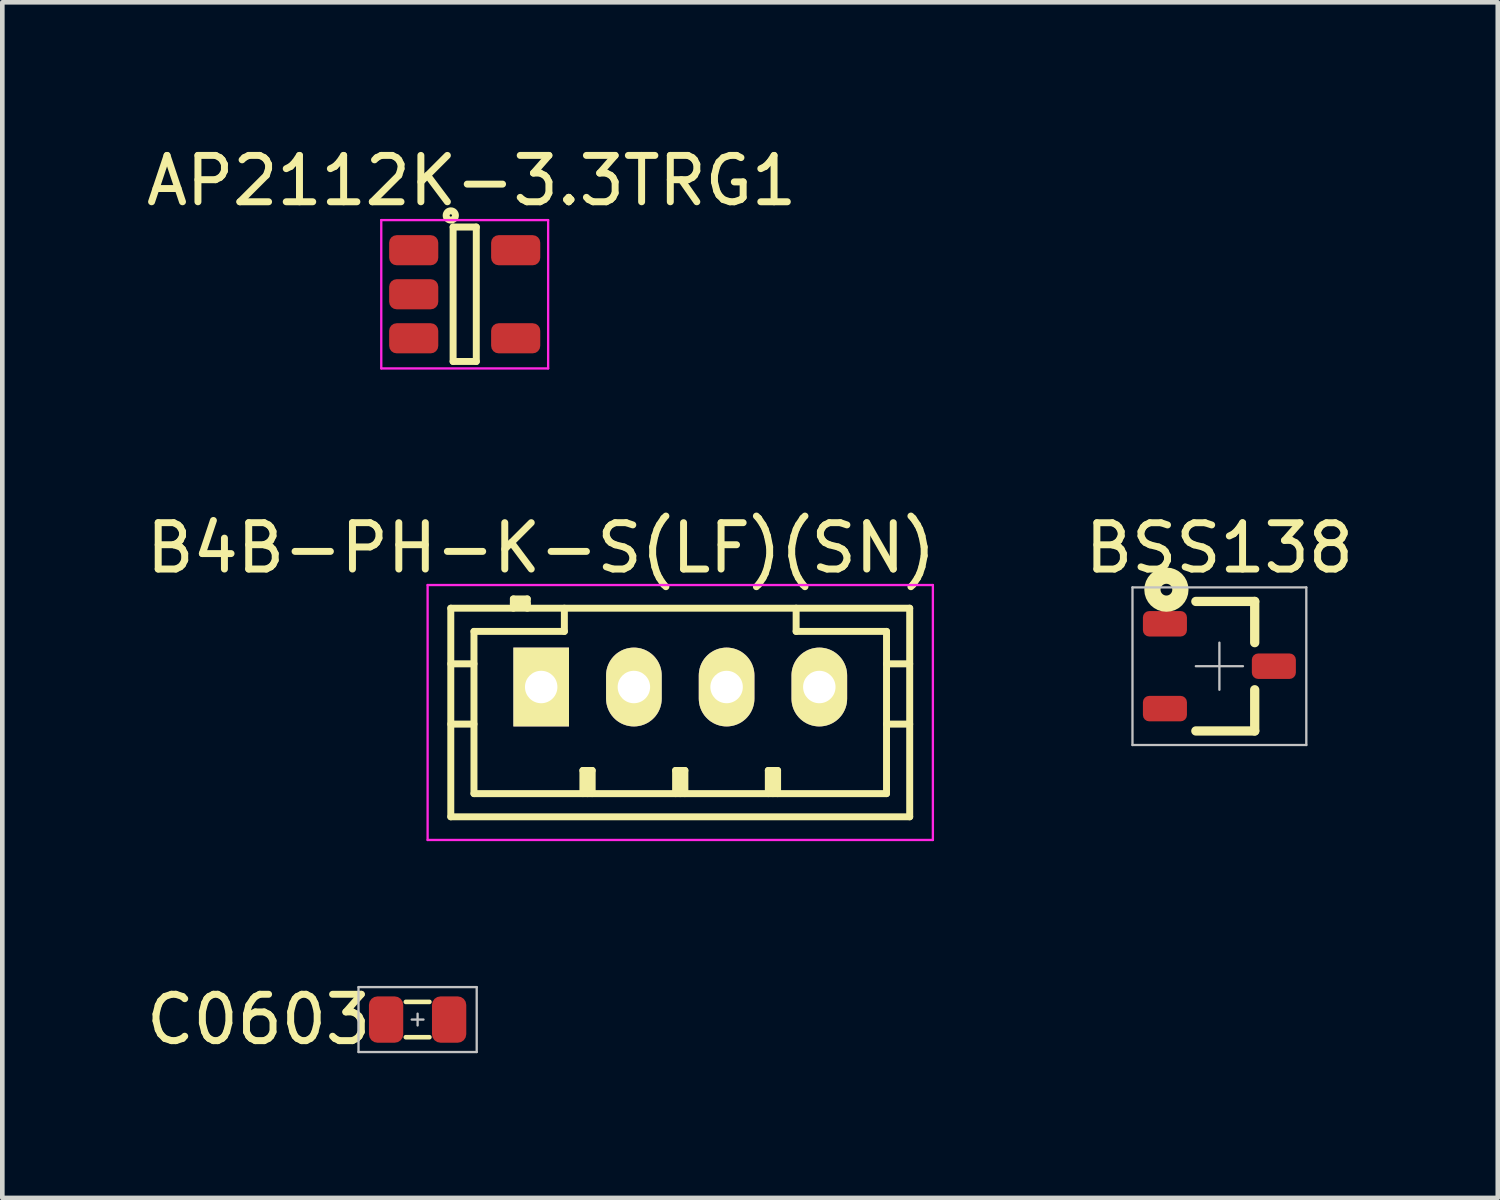
<source format=kicad_pcb>
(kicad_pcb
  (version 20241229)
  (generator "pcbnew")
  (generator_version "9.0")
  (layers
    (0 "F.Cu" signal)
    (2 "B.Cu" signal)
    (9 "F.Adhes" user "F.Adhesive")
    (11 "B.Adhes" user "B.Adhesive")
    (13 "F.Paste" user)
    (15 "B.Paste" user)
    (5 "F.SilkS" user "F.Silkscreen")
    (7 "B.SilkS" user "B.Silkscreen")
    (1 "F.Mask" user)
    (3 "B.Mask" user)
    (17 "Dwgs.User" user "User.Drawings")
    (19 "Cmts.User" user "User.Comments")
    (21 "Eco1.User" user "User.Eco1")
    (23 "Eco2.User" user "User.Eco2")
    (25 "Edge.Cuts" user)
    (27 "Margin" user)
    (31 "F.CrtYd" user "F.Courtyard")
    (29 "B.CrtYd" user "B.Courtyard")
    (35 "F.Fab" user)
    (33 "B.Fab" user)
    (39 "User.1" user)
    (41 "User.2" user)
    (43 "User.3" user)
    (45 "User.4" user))
  (footprint "AP2112K-3.3TRG1"
    (layer "F.Cu")
    (at 6.975 3.298)
    (property "Reference" "AP2112K-3.3TRG1" (at 0.15 -2.45 0) (layer "F.SilkS") (effects (font (size 1 1) (thickness 0.15))))
    (attr smd)
    (fp_line (start -0.25 -1.45) (end -0.25 1.45) (stroke (width 0.15) (type solid)) (layer "F.SilkS"))
    (fp_line (start -0.25 1.45) (end 0.25 1.45) (stroke (width 0.15) (type solid)) (layer "F.SilkS"))
    (fp_line (start 0.25 -1.45) (end -0.25 -1.45) (stroke (width 0.15) (type solid)) (layer "F.SilkS"))
    (fp_line (start 0.25 1.45) (end 0.25 -1.45) (stroke (width 0.15) (type solid)) (layer "F.SilkS"))
    (fp_circle (center -0.3 -1.7) (end -0.2 -1.7) (stroke (width 0.15) (type solid)) (fill no) (layer "F.SilkS"))
    (fp_line (start -1.8 -1.6) (end 1.8 -1.6) (stroke (width 0.05) (type solid)) (layer "F.CrtYd"))
    (fp_line (start -1.8 1.6) (end -1.8 -1.6) (stroke (width 0.05) (type solid)) (layer "F.CrtYd"))
    (fp_line (start 1.8 -1.6) (end 1.8 1.6) (stroke (width 0.05) (type solid)) (layer "F.CrtYd"))
    (fp_line (start 1.8 1.6) (end -1.8 1.6) (stroke (width 0.05) (type solid)) (layer "F.CrtYd"))
    (pad "1" smd roundrect (at -1.1 -0.95) (size 1.06 0.65) (layers "F.Cu" "F.Mask" "F.Paste") (roundrect_rratio 0.25))
    (pad "2" smd roundrect (at -1.1 0) (size 1.06 0.65) (layers "F.Cu" "F.Mask" "F.Paste") (roundrect_rratio 0.25))
    (pad "3" smd roundrect (at -1.1 0.95) (size 1.06 0.65) (layers "F.Cu" "F.Mask" "F.Paste") (roundrect_rratio 0.25))
    (pad "4" smd roundrect (at 1.1 0.95) (size 1.06 0.65) (layers "F.Cu" "F.Mask" "F.Paste") (roundrect_rratio 0.25))
    (pad "5" smd roundrect (at 1.1 -0.95) (size 1.06 0.65) (layers "F.Cu" "F.Mask" "F.Paste") (roundrect_rratio 0.25)))
  (footprint "B4B-PH-K-S(LF)(SN)"
    (layer "F.Cu")
    (at 8.625 11.771)
    (property "Reference" "B4B-PH-K-S(LF)(SN)" (at 0 -3 0) (layer "F.SilkS") (effects (font (size 1 1) (thickness 0.15))))
    (attr through_hole)
    (fp_line (start -1.95 -1.7) (end 7.95 -1.7) (stroke (width 0.15) (type solid)) (layer "F.SilkS"))
    (fp_line (start -1.95 -0.5) (end -1.45 -0.5) (stroke (width 0.15) (type solid)) (layer "F.SilkS"))
    (fp_line (start -1.95 0.8) (end -1.45 0.8) (stroke (width 0.15) (type solid)) (layer "F.SilkS"))
    (fp_line (start -1.95 2.8) (end -1.95 -1.7) (stroke (width 0.15) (type solid)) (layer "F.SilkS"))
    (fp_line (start -1.45 -1.2) (end -1.45 2.3) (stroke (width 0.15) (type solid)) (layer "F.SilkS"))
    (fp_line (start -1.45 2.3) (end 7.45 2.3) (stroke (width 0.15) (type solid)) (layer "F.SilkS"))
    (fp_line (start -0.6 -1.9) (end -0.6 -1.7) (stroke (width 0.15) (type solid)) (layer "F.SilkS"))
    (fp_line (start -0.3 -1.9) (end -0.6 -1.9) (stroke (width 0.15) (type solid)) (layer "F.SilkS"))
    (fp_line (start -0.3 -1.8) (end -0.6 -1.8) (stroke (width 0.15) (type solid)) (layer "F.SilkS"))
    (fp_line (start -0.3 -1.7) (end -0.3 -1.9) (stroke (width 0.15) (type solid)) (layer "F.SilkS"))
    (fp_line (start 0.5 -1.7) (end 0.5 -1.2) (stroke (width 0.15) (type solid)) (layer "F.SilkS"))
    (fp_line (start 0.5 -1.2) (end -1.45 -1.2) (stroke (width 0.15) (type solid)) (layer "F.SilkS"))
    (fp_line (start 0.9 1.8) (end 1.1 1.8) (stroke (width 0.15) (type solid)) (layer "F.SilkS"))
    (fp_line (start 0.9 2.3) (end 0.9 1.8) (stroke (width 0.15) (type solid)) (layer "F.SilkS"))
    (fp_line (start 1 2.3) (end 1 1.8) (stroke (width 0.15) (type solid)) (layer "F.SilkS"))
    (fp_line (start 1.1 1.8) (end 1.1 2.3) (stroke (width 0.15) (type solid)) (layer "F.SilkS"))
    (fp_line (start 2.9 1.8) (end 3.1 1.8) (stroke (width 0.15) (type solid)) (layer "F.SilkS"))
    (fp_line (start 2.9 2.3) (end 2.9 1.8) (stroke (width 0.15) (type solid)) (layer "F.SilkS"))
    (fp_line (start 3 2.3) (end 3 1.8) (stroke (width 0.15) (type solid)) (layer "F.SilkS"))
    (fp_line (start 3.1 1.8) (end 3.1 2.3) (stroke (width 0.15) (type solid)) (layer "F.SilkS"))
    (fp_line (start 4.9 1.8) (end 5.1 1.8) (stroke (width 0.15) (type solid)) (layer "F.SilkS"))
    (fp_line (start 4.9 2.3) (end 4.9 1.8) (stroke (width 0.15) (type solid)) (layer "F.SilkS"))
    (fp_line (start 5 2.3) (end 5 1.8) (stroke (width 0.15) (type solid)) (layer "F.SilkS"))
    (fp_line (start 5.1 1.8) (end 5.1 2.3) (stroke (width 0.15) (type solid)) (layer "F.SilkS"))
    (fp_line (start 5.5 -1.2) (end 5.5 -1.7) (stroke (width 0.15) (type solid)) (layer "F.SilkS"))
    (fp_line (start 7.45 -1.2) (end 5.5 -1.2) (stroke (width 0.15) (type solid)) (layer "F.SilkS"))
    (fp_line (start 7.45 -0.5) (end 7.95 -0.5) (stroke (width 0.15) (type solid)) (layer "F.SilkS"))
    (fp_line (start 7.45 0.8) (end 7.95 0.8) (stroke (width 0.15) (type solid)) (layer "F.SilkS"))
    (fp_line (start 7.45 2.3) (end 7.45 -1.2) (stroke (width 0.15) (type solid)) (layer "F.SilkS"))
    (fp_line (start 7.95 -1.7) (end 7.95 2.8) (stroke (width 0.15) (type solid)) (layer "F.SilkS"))
    (fp_line (start 7.95 2.8) (end -1.95 2.8) (stroke (width 0.15) (type solid)) (layer "F.SilkS"))
    (fp_line (start -2.45 -2.2) (end 8.45 -2.2) (stroke (width 0.05) (type solid)) (layer "F.CrtYd"))
    (fp_line (start -2.45 3.3) (end -2.45 -2.2) (stroke (width 0.05) (type solid)) (layer "F.CrtYd"))
    (fp_line (start 8.45 -2.2) (end 8.45 3.3) (stroke (width 0.05) (type solid)) (layer "F.CrtYd"))
    (fp_line (start 8.45 3.3) (end -2.45 3.3) (stroke (width 0.05) (type solid)) (layer "F.CrtYd"))
    (pad "1" thru_hole rect (at 0 0) (size 1.2 1.7) (drill 0.7) (layers "*.Cu" "*.Mask" "F.SilkS"))
    (pad "2" thru_hole oval (at 2 0) (size 1.2 1.7) (drill 0.7) (layers "*.Cu" "*.Mask" "F.SilkS"))
    (pad "3" thru_hole oval (at 4 0) (size 1.2 1.7) (drill 0.7) (layers "*.Cu" "*.Mask" "F.SilkS"))
    (pad "4" thru_hole oval (at 6 0) (size 1.2 1.7) (drill 0.7) (layers "*.Cu" "*.Mask" "F.SilkS")))
  (footprint "BSS138"
    (layer "F.Cu")
    (at 23.256 11.322)
    (property "Reference" "BSS138" (at 0 -2.55 0) (layer "F.SilkS") (effects (font (size 1 1) (thickness 0.15))))
    (attr through_hole)
    (fp_line (start 0.762 -1.397) (end -0.508 -1.397) (stroke (width 0.2) (type solid)) (layer "F.SilkS"))
    (fp_line (start 0.762 -0.508) (end 0.762 -1.397) (stroke (width 0.2) (type solid)) (layer "F.SilkS"))
    (fp_line (start 0.762 0.508) (end 0.762 1.397) (stroke (width 0.2) (type solid)) (layer "F.SilkS"))
    (fp_line (start 0.762 1.397) (end -0.508 1.397) (stroke (width 0.2) (type solid)) (layer "F.SilkS"))
    (fp_circle (center -1.143 -1.651) (end -1.143 -1.524) (stroke (width 0.35) (type solid)) (fill no) (layer "F.SilkS"))
    (fp_line (start -1.875 -1.7) (end -1.875 1.7) (stroke (width 0.05) (type solid)) (layer "Dwgs.User"))
    (fp_line (start -1.875 -1.7) (end 1.875 -1.7) (stroke (width 0.05) (type solid)) (layer "Dwgs.User"))
    (fp_line (start 0 -0.508) (end 0 0.508) (stroke (width 0.05) (type solid)) (layer "Dwgs.User"))
    (fp_line (start 0.508 0) (end -0.508 0) (stroke (width 0.05) (type solid)) (layer "Dwgs.User"))
    (fp_line (start 1.875 -1.7) (end 1.875 1.7) (stroke (width 0.05) (type solid)) (layer "Dwgs.User"))
    (fp_line (start 1.875 1.7) (end -1.875 1.7) (stroke (width 0.05) (type solid)) (layer "Dwgs.User"))
    (fp_line (start -0.762 -1.397) (end -0.762 1.397) (stroke (width 0.05) (type solid)) (layer "Eco1.User"))
    (fp_line (start -0.762 1.397) (end 0.762 1.397) (stroke (width 0.05) (type solid)) (layer "Eco1.User"))
    (fp_line (start 0.762 -1.397) (end -0.762 -1.397) (stroke (width 0.05) (type solid)) (layer "Eco1.User"))
    (fp_line (start 0.762 1.397) (end 0.762 -1.397) (stroke (width 0.05) (type solid)) (layer "Eco1.User"))
    (pad "1" smd roundrect (at -1.175 -0.915) (size 0.95 0.55) (layers "F.Cu" "F.Mask" "F.Paste") (roundrect_rratio 0.25))
    (pad "2" smd roundrect (at -1.175 0.915) (size 0.95 0.55) (layers "F.Cu" "F.Mask" "F.Paste") (roundrect_rratio 0.25))
    (pad "3" smd roundrect (at 1.175 0) (size 0.95 0.55) (layers "F.Cu" "F.Mask" "F.Paste") (roundrect_rratio 0.25)))
  (footprint "C0603"
    (layer "F.Cu")
    (at 5.959 18.945)
    (property "Reference" "C0603" (at -3.429 0 0) (layer "F.SilkS") (effects (font (size 1 1) (thickness 0.15))))
    (attr through_hole)
    (fp_line (start -0.127 -0.254) (end -0.127 0.254) (stroke (width 0.05) (type solid)) (layer "F.Mask"))
    (fp_line (start -0.127 0.254) (end 0.127 0.254) (stroke (width 0.05) (type solid)) (layer "F.Mask"))
    (fp_line (start 0.127 -0.254) (end -0.127 -0.254) (stroke (width 0.05) (type solid)) (layer "F.Mask"))
    (fp_line (start 0.127 0.254) (end 0.127 -0.254) (stroke (width 0.05) (type solid)) (layer "F.Mask"))
    (fp_line (start -0.254 -0.381) (end 0.254 -0.381) (stroke (width 0.1) (type solid)) (layer "F.SilkS"))
    (fp_line (start -0.254 0.381) (end 0.254 0.381) (stroke (width 0.1) (type solid)) (layer "F.SilkS"))
    (fp_line (start -1.275 -0.7) (end -1.275 0.7) (stroke (width 0.05) (type solid)) (layer "Dwgs.User"))
    (fp_line (start -1.275 -0.7) (end 1.275 -0.7) (stroke (width 0.05) (type solid)) (layer "Dwgs.User"))
    (fp_line (start -1.275 0.7) (end 1.275 0.7) (stroke (width 0.05) (type solid)) (layer "Dwgs.User"))
    (fp_line (start 0 -0.127) (end 0 0.127) (stroke (width 0.05) (type solid)) (layer "Dwgs.User"))
    (fp_line (start 0.127 0) (end -0.127 0) (stroke (width 0.05) (type solid)) (layer "Dwgs.User"))
    (fp_line (start 1.275 -0.7) (end 1.275 0.7) (stroke (width 0.05) (type solid)) (layer "Dwgs.User"))
    (fp_line (start -0.8 -0.4) (end -0.8 0.4) (stroke (width 0.05) (type solid)) (layer "Eco1.User"))
    (fp_line (start -0.8 0.4) (end 0.8 0.4) (stroke (width 0.05) (type solid)) (layer "Eco1.User"))
    (fp_line (start 0.8 -0.4) (end -0.8 -0.4) (stroke (width 0.05) (type solid)) (layer "Eco1.User"))
    (fp_line (start 0.8 0.4) (end 0.8 -0.4) (stroke (width 0.05) (type solid)) (layer "Eco1.User"))
    (pad "1" smd roundrect (at -0.68 0) (size 0.74 1) (layers "F.Cu" "F.Mask" "F.Paste") (roundrect_rratio 0.25))
    (pad "2" smd roundrect (at 0.68 0) (size 0.74 1) (layers "F.Cu" "F.Mask" "F.Paste") (roundrect_rratio 0.25)))
  (gr_rect
    (start -3 -3)
    (end 29.262 22.793)
    (stroke (width 0.1) (type default))
    (fill no)
    (layer "Edge.Cuts")))
</source>
